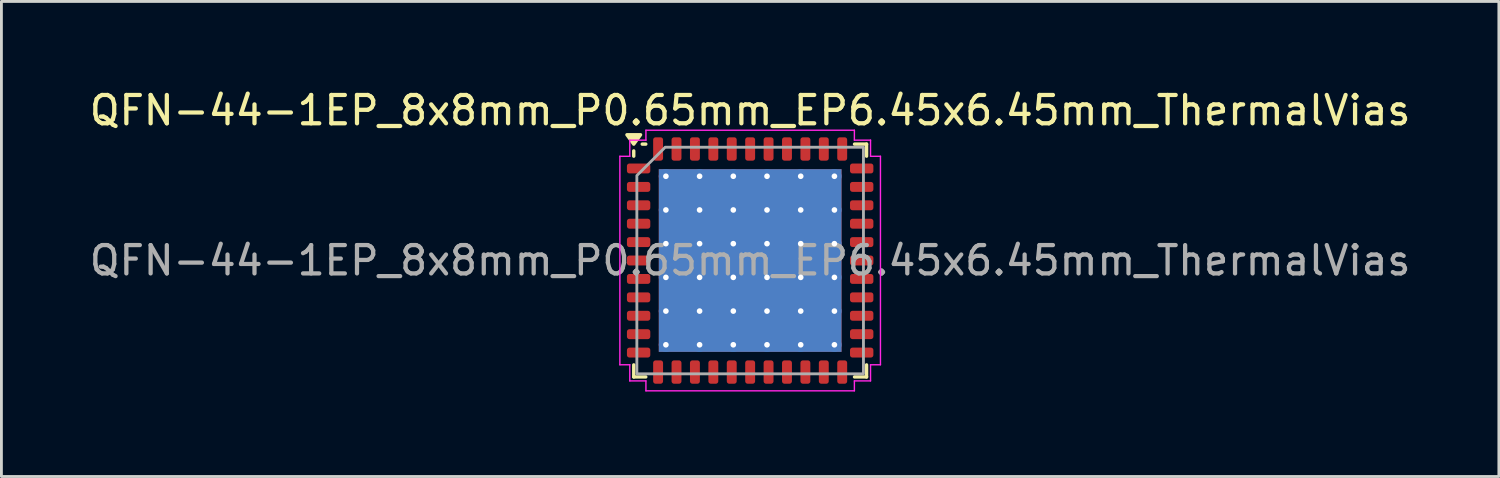
<source format=kicad_pcb>
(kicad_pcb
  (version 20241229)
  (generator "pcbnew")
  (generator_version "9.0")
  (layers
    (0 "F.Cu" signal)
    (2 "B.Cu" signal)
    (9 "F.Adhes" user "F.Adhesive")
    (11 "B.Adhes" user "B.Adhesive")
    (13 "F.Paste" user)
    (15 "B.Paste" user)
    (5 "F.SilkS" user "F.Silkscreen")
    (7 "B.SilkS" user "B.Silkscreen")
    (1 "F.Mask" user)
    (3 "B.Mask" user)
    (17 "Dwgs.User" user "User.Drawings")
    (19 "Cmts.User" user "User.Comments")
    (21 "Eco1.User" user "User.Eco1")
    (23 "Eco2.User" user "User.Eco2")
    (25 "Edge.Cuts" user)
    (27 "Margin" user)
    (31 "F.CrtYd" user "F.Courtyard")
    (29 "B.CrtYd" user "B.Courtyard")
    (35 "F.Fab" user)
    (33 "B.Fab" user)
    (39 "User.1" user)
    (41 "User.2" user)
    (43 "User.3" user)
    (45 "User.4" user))
  (footprint "QFN-44-1EP_8x8mm_P0.65mm_EP6.45x6.45mm_ThermalVias"
    (layer "F.Cu")
    (at 23.435 6.148)
    (property "Reference" "QFN-44-1EP_8x8mm_P0.65mm_EP6.45x6.45mm_ThermalVias" (at 0 -5.3 0) (layer "F.SilkS") (effects (font (size 1 1) (thickness 0.15))))
    (attr smd)
    (fp_line (start -4.11 -3.685) (end -4.11 -3.87) (stroke (width 0.12) (type solid)) (layer "F.SilkS"))
    (fp_line (start -4.11 4.11) (end -4.11 3.685) (stroke (width 0.12) (type solid)) (layer "F.SilkS"))
    (fp_line (start -3.685 -4.11) (end -3.81 -4.11) (stroke (width 0.12) (type solid)) (layer "F.SilkS"))
    (fp_line (start -3.685 4.11) (end -4.11 4.11) (stroke (width 0.12) (type solid)) (layer "F.SilkS"))
    (fp_line (start 3.685 -4.11) (end 4.11 -4.11) (stroke (width 0.12) (type solid)) (layer "F.SilkS"))
    (fp_line (start 3.685 4.11) (end 4.11 4.11) (stroke (width 0.12) (type solid)) (layer "F.SilkS"))
    (fp_line (start 4.11 -4.11) (end 4.11 -3.685) (stroke (width 0.12) (type solid)) (layer "F.SilkS"))
    (fp_line (start 4.11 4.11) (end 4.11 3.685) (stroke (width 0.12) (type solid)) (layer "F.SilkS"))
    (fp_poly (pts (xy -4.11 -4.11) (xy -4.35 -4.44) (xy -3.87 -4.44)) (stroke (width 0.12) (type solid)) (fill yes) (layer "F.SilkS"))
    (fp_line (start -4.6 -3.68) (end -4.25 -3.68) (stroke (width 0.05) (type solid)) (layer "F.CrtYd"))
    (fp_line (start -4.6 3.68) (end -4.6 -3.68) (stroke (width 0.05) (type solid)) (layer "F.CrtYd"))
    (fp_line (start -4.25 -4.25) (end -3.68 -4.25) (stroke (width 0.05) (type solid)) (layer "F.CrtYd"))
    (fp_line (start -4.25 -3.68) (end -4.25 -4.25) (stroke (width 0.05) (type solid)) (layer "F.CrtYd"))
    (fp_line (start -4.25 3.68) (end -4.6 3.68) (stroke (width 0.05) (type solid)) (layer "F.CrtYd"))
    (fp_line (start -4.25 4.25) (end -4.25 3.68) (stroke (width 0.05) (type solid)) (layer "F.CrtYd"))
    (fp_line (start -3.68 -4.6) (end 3.68 -4.6) (stroke (width 0.05) (type solid)) (layer "F.CrtYd"))
    (fp_line (start -3.68 -4.25) (end -3.68 -4.6) (stroke (width 0.05) (type solid)) (layer "F.CrtYd"))
    (fp_line (start -3.68 4.25) (end -4.25 4.25) (stroke (width 0.05) (type solid)) (layer "F.CrtYd"))
    (fp_line (start -3.68 4.6) (end -3.68 4.25) (stroke (width 0.05) (type solid)) (layer "F.CrtYd"))
    (fp_line (start 3.68 -4.6) (end 3.68 -4.25) (stroke (width 0.05) (type solid)) (layer "F.CrtYd"))
    (fp_line (start 3.68 -4.25) (end 4.25 -4.25) (stroke (width 0.05) (type solid)) (layer "F.CrtYd"))
    (fp_line (start 3.68 4.25) (end 3.68 4.6) (stroke (width 0.05) (type solid)) (layer "F.CrtYd"))
    (fp_line (start 3.68 4.6) (end -3.68 4.6) (stroke (width 0.05) (type solid)) (layer "F.CrtYd"))
    (fp_line (start 4.25 -4.25) (end 4.25 -3.68) (stroke (width 0.05) (type solid)) (layer "F.CrtYd"))
    (fp_line (start 4.25 -3.68) (end 4.6 -3.68) (stroke (width 0.05) (type solid)) (layer "F.CrtYd"))
    (fp_line (start 4.25 3.68) (end 4.25 4.25) (stroke (width 0.05) (type solid)) (layer "F.CrtYd"))
    (fp_line (start 4.25 4.25) (end 3.68 4.25) (stroke (width 0.05) (type solid)) (layer "F.CrtYd"))
    (fp_line (start 4.6 -3.68) (end 4.6 3.68) (stroke (width 0.05) (type solid)) (layer "F.CrtYd"))
    (fp_line (start 4.6 3.68) (end 4.25 3.68) (stroke (width 0.05) (type solid)) (layer "F.CrtYd"))
    (fp_poly (pts (xy -4 -3) (xy -4 4) (xy 4 4) (xy 4 -4) (xy -3 -4)) (stroke (width 0.1) (type solid)) (fill no) (layer "F.Fab"))
    (fp_text user "${REFERENCE}" (at 0 0 0) (layer "F.Fab") (effects (font (size 1 1) (thickness 0.15))))
    (pad "" smd roundrect (at -2.58 -2.58) (size 1 1) (layers "F.Paste") (roundrect_rratio 0.25))
    (pad "" smd roundrect (at -2.58 -1.29) (size 1 1) (layers "F.Paste") (roundrect_rratio 0.25))
    (pad "" smd roundrect (at -2.58 0) (size 1 1) (layers "F.Paste") (roundrect_rratio 0.25))
    (pad "" smd roundrect (at -2.58 1.29) (size 1 1) (layers "F.Paste") (roundrect_rratio 0.25))
    (pad "" smd roundrect (at -2.58 2.58) (size 1 1) (layers "F.Paste") (roundrect_rratio 0.25))
    (pad "" smd roundrect (at -1.29 -2.58) (size 1 1) (layers "F.Paste") (roundrect_rratio 0.25))
    (pad "" smd roundrect (at -1.29 -1.29) (size 1 1) (layers "F.Paste") (roundrect_rratio 0.25))
    (pad "" smd roundrect (at -1.29 0) (size 1 1) (layers "F.Paste") (roundrect_rratio 0.25))
    (pad "" smd roundrect (at -1.29 1.29) (size 1 1) (layers "F.Paste") (roundrect_rratio 0.25))
    (pad "" smd roundrect (at -1.29 2.58) (size 1 1) (layers "F.Paste") (roundrect_rratio 0.25))
    (pad "" smd roundrect (at 0 -2.58) (size 1 1) (layers "F.Paste") (roundrect_rratio 0.25))
    (pad "" smd roundrect (at 0 -1.29) (size 1 1) (layers "F.Paste") (roundrect_rratio 0.25))
    (pad "" smd roundrect (at 0 0) (size 1 1) (layers "F.Paste") (roundrect_rratio 0.25))
    (pad "" smd roundrect (at 0 1.29) (size 1 1) (layers "F.Paste") (roundrect_rratio 0.25))
    (pad "" smd roundrect (at 0 2.58) (size 1 1) (layers "F.Paste") (roundrect_rratio 0.25))
    (pad "" smd roundrect (at 1.29 -2.58) (size 1 1) (layers "F.Paste") (roundrect_rratio 0.25))
    (pad "" smd roundrect (at 1.29 -1.29) (size 1 1) (layers "F.Paste") (roundrect_rratio 0.25))
    (pad "" smd roundrect (at 1.29 0) (size 1 1) (layers "F.Paste") (roundrect_rratio 0.25))
    (pad "" smd roundrect (at 1.29 1.29) (size 1 1) (layers "F.Paste") (roundrect_rratio 0.25))
    (pad "" smd roundrect (at 1.29 2.58) (size 1 1) (layers "F.Paste") (roundrect_rratio 0.25))
    (pad "" smd roundrect (at 2.58 -2.58) (size 1 1) (layers "F.Paste") (roundrect_rratio 0.25))
    (pad "" smd roundrect (at 2.58 -1.29) (size 1 1) (layers "F.Paste") (roundrect_rratio 0.25))
    (pad "" smd roundrect (at 2.58 0) (size 1 1) (layers "F.Paste") (roundrect_rratio 0.25))
    (pad "" smd roundrect (at 2.58 1.29) (size 1 1) (layers "F.Paste") (roundrect_rratio 0.25))
    (pad "" smd roundrect (at 2.58 2.58) (size 1 1) (layers "F.Paste") (roundrect_rratio 0.25))
    (pad "1" smd roundrect (at -3.938 -3.25) (size 0.825 0.35) (layers "F.Cu" "F.Mask" "F.Paste") (roundrect_rratio 0.25))
    (pad "2" smd roundrect (at -3.938 -2.6) (size 0.825 0.35) (layers "F.Cu" "F.Mask" "F.Paste") (roundrect_rratio 0.25))
    (pad "3" smd roundrect (at -3.938 -1.95) (size 0.825 0.35) (layers "F.Cu" "F.Mask" "F.Paste") (roundrect_rratio 0.25))
    (pad "4" smd roundrect (at -3.938 -1.3) (size 0.825 0.35) (layers "F.Cu" "F.Mask" "F.Paste") (roundrect_rratio 0.25))
    (pad "5" smd roundrect (at -3.938 -0.65) (size 0.825 0.35) (layers "F.Cu" "F.Mask" "F.Paste") (roundrect_rratio 0.25))
    (pad "6" smd roundrect (at -3.938 0) (size 0.825 0.35) (layers "F.Cu" "F.Mask" "F.Paste") (roundrect_rratio 0.25))
    (pad "7" smd roundrect (at -3.938 0.65) (size 0.825 0.35) (layers "F.Cu" "F.Mask" "F.Paste") (roundrect_rratio 0.25))
    (pad "8" smd roundrect (at -3.938 1.3) (size 0.825 0.35) (layers "F.Cu" "F.Mask" "F.Paste") (roundrect_rratio 0.25))
    (pad "9" smd roundrect (at -3.938 1.95) (size 0.825 0.35) (layers "F.Cu" "F.Mask" "F.Paste") (roundrect_rratio 0.25))
    (pad "10" smd roundrect (at -3.938 2.6) (size 0.825 0.35) (layers "F.Cu" "F.Mask" "F.Paste") (roundrect_rratio 0.25))
    (pad "11" smd roundrect (at -3.938 3.25) (size 0.825 0.35) (layers "F.Cu" "F.Mask" "F.Paste") (roundrect_rratio 0.25))
    (pad "12" smd roundrect (at -3.25 3.938) (size 0.35 0.825) (layers "F.Cu" "F.Mask" "F.Paste") (roundrect_rratio 0.25))
    (pad "13" smd roundrect (at -2.6 3.938) (size 0.35 0.825) (layers "F.Cu" "F.Mask" "F.Paste") (roundrect_rratio 0.25))
    (pad "14" smd roundrect (at -1.95 3.938) (size 0.35 0.825) (layers "F.Cu" "F.Mask" "F.Paste") (roundrect_rratio 0.25))
    (pad "15" smd roundrect (at -1.3 3.938) (size 0.35 0.825) (layers "F.Cu" "F.Mask" "F.Paste") (roundrect_rratio 0.25))
    (pad "16" smd roundrect (at -0.65 3.938) (size 0.35 0.825) (layers "F.Cu" "F.Mask" "F.Paste") (roundrect_rratio 0.25))
    (pad "17" smd roundrect (at 0 3.938) (size 0.35 0.825) (layers "F.Cu" "F.Mask" "F.Paste") (roundrect_rratio 0.25))
    (pad "18" smd roundrect (at 0.65 3.938) (size 0.35 0.825) (layers "F.Cu" "F.Mask" "F.Paste") (roundrect_rratio 0.25))
    (pad "19" smd roundrect (at 1.3 3.938) (size 0.35 0.825) (layers "F.Cu" "F.Mask" "F.Paste") (roundrect_rratio 0.25))
    (pad "20" smd roundrect (at 1.95 3.938) (size 0.35 0.825) (layers "F.Cu" "F.Mask" "F.Paste") (roundrect_rratio 0.25))
    (pad "21" smd roundrect (at 2.6 3.938) (size 0.35 0.825) (layers "F.Cu" "F.Mask" "F.Paste") (roundrect_rratio 0.25))
    (pad "22" smd roundrect (at 3.25 3.938) (size 0.35 0.825) (layers "F.Cu" "F.Mask" "F.Paste") (roundrect_rratio 0.25))
    (pad "23" smd roundrect (at 3.938 3.25) (size 0.825 0.35) (layers "F.Cu" "F.Mask" "F.Paste") (roundrect_rratio 0.25))
    (pad "24" smd roundrect (at 3.938 2.6) (size 0.825 0.35) (layers "F.Cu" "F.Mask" "F.Paste") (roundrect_rratio 0.25))
    (pad "25" smd roundrect (at 3.938 1.95) (size 0.825 0.35) (layers "F.Cu" "F.Mask" "F.Paste") (roundrect_rratio 0.25))
    (pad "26" smd roundrect (at 3.938 1.3) (size 0.825 0.35) (layers "F.Cu" "F.Mask" "F.Paste") (roundrect_rratio 0.25))
    (pad "27" smd roundrect (at 3.938 0.65) (size 0.825 0.35) (layers "F.Cu" "F.Mask" "F.Paste") (roundrect_rratio 0.25))
    (pad "28" smd roundrect (at 3.938 0) (size 0.825 0.35) (layers "F.Cu" "F.Mask" "F.Paste") (roundrect_rratio 0.25))
    (pad "29" smd roundrect (at 3.938 -0.65) (size 0.825 0.35) (layers "F.Cu" "F.Mask" "F.Paste") (roundrect_rratio 0.25))
    (pad "30" smd roundrect (at 3.938 -1.3) (size 0.825 0.35) (layers "F.Cu" "F.Mask" "F.Paste") (roundrect_rratio 0.25))
    (pad "31" smd roundrect (at 3.938 -1.95) (size 0.825 0.35) (layers "F.Cu" "F.Mask" "F.Paste") (roundrect_rratio 0.25))
    (pad "32" smd roundrect (at 3.938 -2.6) (size 0.825 0.35) (layers "F.Cu" "F.Mask" "F.Paste") (roundrect_rratio 0.25))
    (pad "33" smd roundrect (at 3.938 -3.25) (size 0.825 0.35) (layers "F.Cu" "F.Mask" "F.Paste") (roundrect_rratio 0.25))
    (pad "34" smd roundrect (at 3.25 -3.938) (size 0.35 0.825) (layers "F.Cu" "F.Mask" "F.Paste") (roundrect_rratio 0.25))
    (pad "35" smd roundrect (at 2.6 -3.938) (size 0.35 0.825) (layers "F.Cu" "F.Mask" "F.Paste") (roundrect_rratio 0.25))
    (pad "36" smd roundrect (at 1.95 -3.938) (size 0.35 0.825) (layers "F.Cu" "F.Mask" "F.Paste") (roundrect_rratio 0.25))
    (pad "37" smd roundrect (at 1.3 -3.938) (size 0.35 0.825) (layers "F.Cu" "F.Mask" "F.Paste") (roundrect_rratio 0.25))
    (pad "38" smd roundrect (at 0.65 -3.938) (size 0.35 0.825) (layers "F.Cu" "F.Mask" "F.Paste") (roundrect_rratio 0.25))
    (pad "39" smd roundrect (at 0 -3.938) (size 0.35 0.825) (layers "F.Cu" "F.Mask" "F.Paste") (roundrect_rratio 0.25))
    (pad "40" smd roundrect (at -0.65 -3.938) (size 0.35 0.825) (layers "F.Cu" "F.Mask" "F.Paste") (roundrect_rratio 0.25))
    (pad "41" smd roundrect (at -1.3 -3.938) (size 0.35 0.825) (layers "F.Cu" "F.Mask" "F.Paste") (roundrect_rratio 0.25))
    (pad "42" smd roundrect (at -1.95 -3.938) (size 0.35 0.825) (layers "F.Cu" "F.Mask" "F.Paste") (roundrect_rratio 0.25))
    (pad "43" smd roundrect (at -2.6 -3.938) (size 0.35 0.825) (layers "F.Cu" "F.Mask" "F.Paste") (roundrect_rratio 0.25))
    (pad "44" smd roundrect (at -3.25 -3.938) (size 0.35 0.825) (layers "F.Cu" "F.Mask" "F.Paste") (roundrect_rratio 0.25))
    (pad "45" thru_hole circle (at -2.975 -2.975) (size 0.5 0.5) (drill 0.2) (property pad_prop_heatsink) (layers "*.Cu"))
    (pad "45" thru_hole circle (at -2.975 -1.785) (size 0.5 0.5) (drill 0.2) (property pad_prop_heatsink) (layers "*.Cu"))
    (pad "45" thru_hole circle (at -2.975 -0.595) (size 0.5 0.5) (drill 0.2) (property pad_prop_heatsink) (layers "*.Cu"))
    (pad "45" thru_hole circle (at -2.975 0.595) (size 0.5 0.5) (drill 0.2) (property pad_prop_heatsink) (layers "*.Cu"))
    (pad "45" thru_hole circle (at -2.975 1.785) (size 0.5 0.5) (drill 0.2) (property pad_prop_heatsink) (layers "*.Cu"))
    (pad "45" thru_hole circle (at -2.975 2.975) (size 0.5 0.5) (drill 0.2) (property pad_prop_heatsink) (layers "*.Cu"))
    (pad "45" thru_hole circle (at -1.785 -2.975) (size 0.5 0.5) (drill 0.2) (property pad_prop_heatsink) (layers "*.Cu"))
    (pad "45" thru_hole circle (at -1.785 -1.785) (size 0.5 0.5) (drill 0.2) (property pad_prop_heatsink) (layers "*.Cu"))
    (pad "45" thru_hole circle (at -1.785 -0.595) (size 0.5 0.5) (drill 0.2) (property pad_prop_heatsink) (layers "*.Cu"))
    (pad "45" thru_hole circle (at -1.785 0.595) (size 0.5 0.5) (drill 0.2) (property pad_prop_heatsink) (layers "*.Cu"))
    (pad "45" thru_hole circle (at -1.785 1.785) (size 0.5 0.5) (drill 0.2) (property pad_prop_heatsink) (layers "*.Cu"))
    (pad "45" thru_hole circle (at -1.785 2.975) (size 0.5 0.5) (drill 0.2) (property pad_prop_heatsink) (layers "*.Cu"))
    (pad "45" thru_hole circle (at -0.595 -2.975) (size 0.5 0.5) (drill 0.2) (property pad_prop_heatsink) (layers "*.Cu"))
    (pad "45" thru_hole circle (at -0.595 -1.785) (size 0.5 0.5) (drill 0.2) (property pad_prop_heatsink) (layers "*.Cu"))
    (pad "45" thru_hole circle (at -0.595 -0.595) (size 0.5 0.5) (drill 0.2) (property pad_prop_heatsink) (layers "*.Cu"))
    (pad "45" thru_hole circle (at -0.595 0.595) (size 0.5 0.5) (drill 0.2) (property pad_prop_heatsink) (layers "*.Cu"))
    (pad "45" thru_hole circle (at -0.595 1.785) (size 0.5 0.5) (drill 0.2) (property pad_prop_heatsink) (layers "*.Cu"))
    (pad "45" thru_hole circle (at -0.595 2.975) (size 0.5 0.5) (drill 0.2) (property pad_prop_heatsink) (layers "*.Cu"))
    (pad "45" smd rect (at 0 0) (size 6.45 6.45) (property pad_prop_heatsink) (layers "F.Cu" "F.Mask"))
    (pad "45" smd rect (at 0 0) (size 6.45 6.45) (property pad_prop_heatsink) (layers "B.Cu"))
    (pad "45" thru_hole circle (at 0.595 -2.975) (size 0.5 0.5) (drill 0.2) (property pad_prop_heatsink) (layers "*.Cu"))
    (pad "45" thru_hole circle (at 0.595 -1.785) (size 0.5 0.5) (drill 0.2) (property pad_prop_heatsink) (layers "*.Cu"))
    (pad "45" thru_hole circle (at 0.595 -0.595) (size 0.5 0.5) (drill 0.2) (property pad_prop_heatsink) (layers "*.Cu"))
    (pad "45" thru_hole circle (at 0.595 0.595) (size 0.5 0.5) (drill 0.2) (property pad_prop_heatsink) (layers "*.Cu"))
    (pad "45" thru_hole circle (at 0.595 1.785) (size 0.5 0.5) (drill 0.2) (property pad_prop_heatsink) (layers "*.Cu"))
    (pad "45" thru_hole circle (at 0.595 2.975) (size 0.5 0.5) (drill 0.2) (property pad_prop_heatsink) (layers "*.Cu"))
    (pad "45" thru_hole circle (at 1.785 -2.975) (size 0.5 0.5) (drill 0.2) (property pad_prop_heatsink) (layers "*.Cu"))
    (pad "45" thru_hole circle (at 1.785 -1.785) (size 0.5 0.5) (drill 0.2) (property pad_prop_heatsink) (layers "*.Cu"))
    (pad "45" thru_hole circle (at 1.785 -0.595) (size 0.5 0.5) (drill 0.2) (property pad_prop_heatsink) (layers "*.Cu"))
    (pad "45" thru_hole circle (at 1.785 0.595) (size 0.5 0.5) (drill 0.2) (property pad_prop_heatsink) (layers "*.Cu"))
    (pad "45" thru_hole circle (at 1.785 1.785) (size 0.5 0.5) (drill 0.2) (property pad_prop_heatsink) (layers "*.Cu"))
    (pad "45" thru_hole circle (at 1.785 2.975) (size 0.5 0.5) (drill 0.2) (property pad_prop_heatsink) (layers "*.Cu"))
    (pad "45" thru_hole circle (at 2.975 -2.975) (size 0.5 0.5) (drill 0.2) (property pad_prop_heatsink) (layers "*.Cu"))
    (pad "45" thru_hole circle (at 2.975 -1.785) (size 0.5 0.5) (drill 0.2) (property pad_prop_heatsink) (layers "*.Cu"))
    (pad "45" thru_hole circle (at 2.975 -0.595) (size 0.5 0.5) (drill 0.2) (property pad_prop_heatsink) (layers "*.Cu"))
    (pad "45" thru_hole circle (at 2.975 0.595) (size 0.5 0.5) (drill 0.2) (property pad_prop_heatsink) (layers "*.Cu"))
    (pad "45" thru_hole circle (at 2.975 1.785) (size 0.5 0.5) (drill 0.2) (property pad_prop_heatsink) (layers "*.Cu"))
    (pad "45" thru_hole circle (at 2.975 2.975) (size 0.5 0.5) (drill 0.2) (property pad_prop_heatsink) (layers "*.Cu")))
  (gr_rect
    (start -3 -3)
    (end 49.869 13.773)
    (stroke (width 0.1) (type default))
    (fill no)
    (layer "Edge.Cuts")))
</source>
